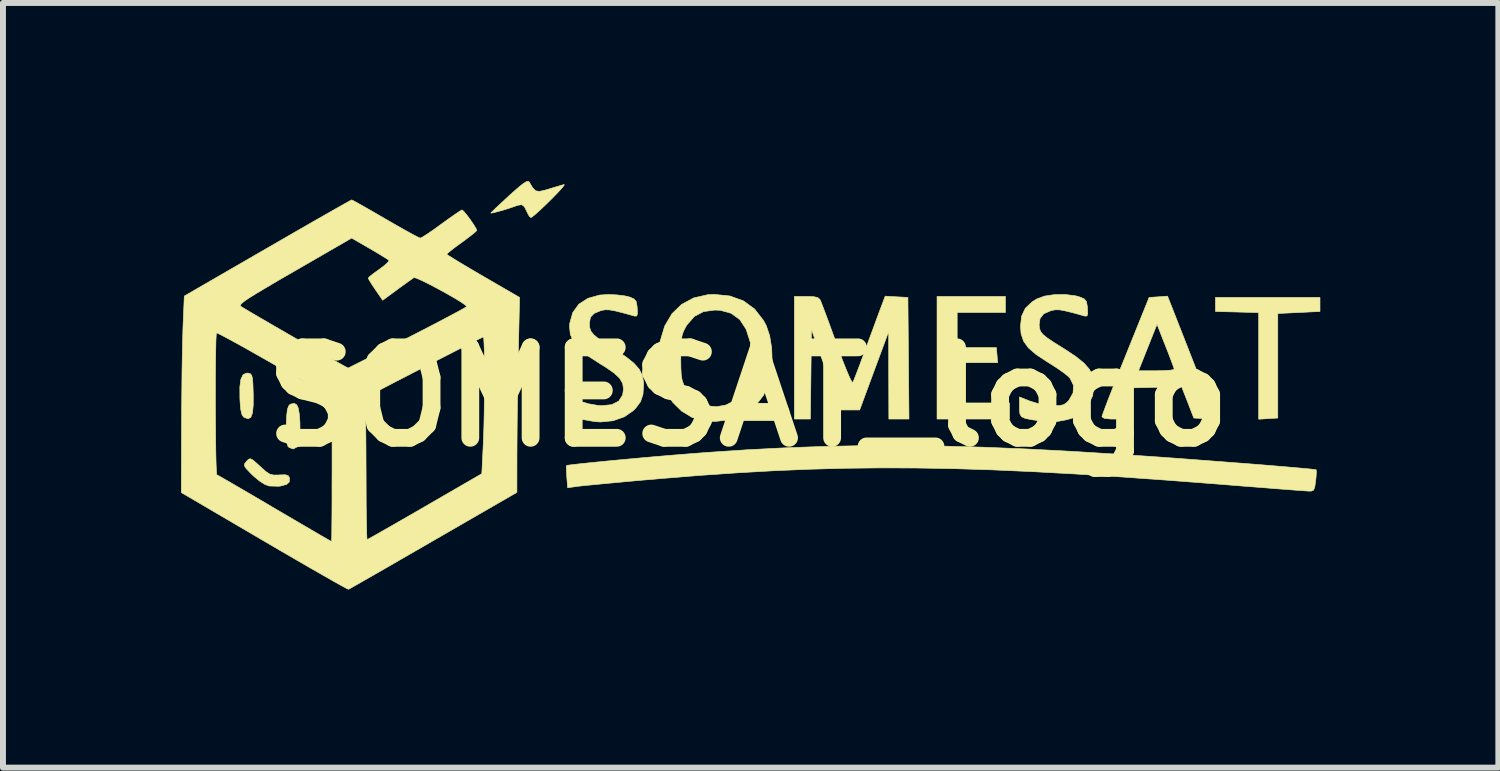
<source format=kicad_pcb>
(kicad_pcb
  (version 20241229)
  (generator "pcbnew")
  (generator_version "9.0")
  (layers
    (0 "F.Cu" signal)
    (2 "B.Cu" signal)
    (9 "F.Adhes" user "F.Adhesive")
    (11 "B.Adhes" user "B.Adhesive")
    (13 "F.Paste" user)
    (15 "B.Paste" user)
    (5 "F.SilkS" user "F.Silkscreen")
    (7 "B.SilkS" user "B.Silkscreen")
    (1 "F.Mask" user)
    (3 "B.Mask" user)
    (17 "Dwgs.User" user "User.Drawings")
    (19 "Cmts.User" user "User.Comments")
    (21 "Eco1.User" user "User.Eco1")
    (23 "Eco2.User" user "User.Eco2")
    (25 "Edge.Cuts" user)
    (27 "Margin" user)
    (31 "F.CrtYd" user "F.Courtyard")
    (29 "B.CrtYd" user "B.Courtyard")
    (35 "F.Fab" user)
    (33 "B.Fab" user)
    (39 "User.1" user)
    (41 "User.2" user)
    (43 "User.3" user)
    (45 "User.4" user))
  (footprint "SOMESAT_logo"
    (layer "F.Cu")
    (at 9.555 3.637)
    (property "Reference" "SOMESAT_logo" (at 0 0 0) (layer "F.SilkS") (effects (font (size 1.524 1.524) (thickness 0.3))))
    (attr through_hole)
    (fp_poly (pts (xy 9.635 -1.439) (xy 8.924 -1.405) (xy 8.924 0.356) (xy 8.763 0.366) (xy 8.602 0.376) (xy 8.602 -1.42) (xy 8.238 -1.43) (xy 7.874 -1.439) (xy 7.874 -1.676) (xy 9.635 -1.676) (xy 9.635 -1.439)) (stroke (width 0.01) (type solid)) (fill yes) (layer "F.SilkS"))
    (fp_poly (pts (xy 4.335 -1.422) (xy 3.522 -1.422) (xy 3.522 -1.126) (xy 3.522 -0.83) (xy 4.183 -0.83) (xy 4.204 -0.576) (xy 3.527 -0.576) (xy 3.505 0.102) (xy 3.954 0.102) (xy 4.403 0.102) (xy 4.403 0.373) (xy 3.183 0.373) (xy 3.183 -1.693) (xy 4.335 -1.693) (xy 4.335 -1.422)) (stroke (width 0.01) (type solid)) (fill yes) (layer "F.SilkS"))
    (fp_poly (pts (xy -7.606 0.133) (xy -7.58 0.188) (xy -7.562 0.291) (xy -7.552 0.422) (xy -7.55 0.562) (xy -7.556 0.692) (xy -7.572 0.792) (xy -7.593 0.84) (xy -7.666 0.878) (xy -7.737 0.85) (xy -7.753 0.833) (xy -7.773 0.77) (xy -7.783 0.645) (xy -7.782 0.473) (xy -7.775 0.316) (xy -7.763 0.214) (xy -7.743 0.154) (xy -7.716 0.124) (xy -7.649 0.109) (xy -7.606 0.133)) (stroke (width 0.01) (type solid)) (fill yes) (layer "F.SilkS"))
    (fp_poly (pts (xy -8.422 -0.4) (xy -8.388 -0.391) (xy -8.366 -0.366) (xy -8.352 -0.314) (xy -8.344 -0.22) (xy -8.339 -0.073) (xy -8.338 -0.056) (xy -8.338 0.138) (xy -8.351 0.27) (xy -8.379 0.345) (xy -8.425 0.369) (xy -8.49 0.346) (xy -8.501 0.339) (xy -8.529 0.298) (xy -8.549 0.212) (xy -8.561 0.07) (xy -8.563 0.022) (xy -8.564 -0.168) (xy -8.546 -0.299) (xy -8.509 -0.375) (xy -8.449 -0.401) (xy -8.422 -0.4)) (stroke (width 0.01) (type solid)) (fill yes) (layer "F.SilkS"))
    (fp_poly (pts (xy -8.34 1.066) (xy -8.269 1.129) (xy -8.223 1.171) (xy -8.13 1.255) (xy -8.062 1.3) (xy -7.996 1.317) (xy -7.909 1.316) (xy -7.899 1.315) (xy -7.8 1.312) (xy -7.749 1.327) (xy -7.728 1.364) (xy -7.728 1.367) (xy -7.73 1.432) (xy -7.775 1.474) (xy -7.873 1.501) (xy -7.908 1.506) (xy -8.072 1.501) (xy -8.148 1.472) (xy -8.234 1.416) (xy -8.334 1.333) (xy -8.383 1.286) (xy -8.456 1.209) (xy -8.487 1.161) (xy -8.483 1.125) (xy -8.451 1.085) (xy -8.416 1.05) (xy -8.384 1.042) (xy -8.34 1.066)) (stroke (width 0.01) (type solid)) (fill yes) (layer "F.SilkS"))
    (fp_poly (pts (xy -3.69 -3.622) (xy -3.63 -3.523) (xy -3.58 -3.472) (xy -3.517 -3.462) (xy -3.421 -3.483) (xy -3.365 -3.5) (xy -3.247 -3.536) (xy -3.147 -3.565) (xy -3.099 -3.579) (xy -3.102 -3.563) (xy -3.144 -3.511) (xy -3.215 -3.434) (xy -3.305 -3.342) (xy -3.402 -3.246) (xy -3.498 -3.155) (xy -3.58 -3.081) (xy -3.639 -3.033) (xy -3.658 -3.021) (xy -3.686 -3.042) (xy -3.721 -3.106) (xy -3.725 -3.115) (xy -3.769 -3.204) (xy -3.814 -3.238) (xy -3.879 -3.229) (xy -3.903 -3.221) (xy -3.993 -3.189) (xy -4.1 -3.155) (xy -4.205 -3.125) (xy -4.289 -3.103) (xy -4.332 -3.096) (xy -4.335 -3.097) (xy -4.311 -3.123) (xy -4.247 -3.185) (xy -4.152 -3.274) (xy -4.035 -3.382) (xy -4.027 -3.39) (xy -3.892 -3.51) (xy -3.797 -3.588) (xy -3.736 -3.627) (xy -3.701 -3.632) (xy -3.69 -3.622)) (stroke (width 0.01) (type solid)) (fill yes) (layer "F.SilkS"))
    (fp_poly (pts (xy 2.501 -1.686) (xy 2.692 -1.676) (xy 2.701 -0.652) (xy 2.71 0.373) (xy 2.371 0.373) (xy 2.369 -0.364) (xy 2.368 -1.101) (xy 2.123 -0.44) (xy 1.879 0.22) (xy 1.55 0.22) (xy 1.309 -0.457) (xy 1.067 -1.135) (xy 1.049 0.373) (xy 0.779 0.373) (xy 0.779 -1.693) (xy 0.981 -1.693) (xy 1.103 -1.689) (xy 1.175 -1.672) (xy 1.212 -1.638) (xy 1.214 -1.634) (xy 1.234 -1.586) (xy 1.273 -1.484) (xy 1.328 -1.338) (xy 1.393 -1.16) (xy 1.466 -0.959) (xy 1.492 -0.887) (xy 1.578 -0.65) (xy 1.651 -0.465) (xy 1.707 -0.333) (xy 1.745 -0.258) (xy 1.765 -0.245) (xy 1.785 -0.291) (xy 1.823 -0.389) (xy 1.876 -0.527) (xy 1.937 -0.693) (xy 1.976 -0.797) (xy 2.046 -0.989) (xy 2.115 -1.175) (xy 2.175 -1.339) (xy 2.221 -1.463) (xy 2.235 -1.5) (xy 2.309 -1.697) (xy 2.501 -1.686)) (stroke (width 0.01) (type solid)) (fill yes) (layer "F.SilkS"))
    (fp_poly (pts (xy 7.463 -0.687) (xy 7.559 -0.441) (xy 7.647 -0.215) (xy 7.723 -0.016) (xy 7.785 0.147) (xy 7.829 0.267) (xy 7.854 0.336) (xy 7.858 0.349) (xy 7.827 0.362) (xy 7.749 0.368) (xy 7.683 0.366) (xy 7.509 0.356) (xy 7.407 0.092) (xy 7.304 -0.171) (xy 6.46 -0.152) (xy 6.357 0.11) (xy 6.255 0.373) (xy 6.108 0.373) (xy 6.005 0.363) (xy 5.963 0.337) (xy 5.962 0.33) (xy 5.975 0.289) (xy 6.01 0.194) (xy 6.064 0.051) (xy 6.135 -0.13) (xy 6.219 -0.342) (xy 6.258 -0.44) (xy 6.577 -0.44) (xy 6.878 -0.44) (xy 7.011 -0.443) (xy 7.114 -0.45) (xy 7.172 -0.46) (xy 7.179 -0.466) (xy 7.167 -0.506) (xy 7.134 -0.595) (xy 7.087 -0.72) (xy 7.033 -0.857) (xy 6.889 -1.223) (xy 6.733 -0.832) (xy 6.577 -0.44) (xy 6.258 -0.44) (xy 6.313 -0.578) (xy 6.36 -0.694) (xy 6.756 -1.676) (xy 6.912 -1.686) (xy 7.067 -1.697) (xy 7.463 -0.687)) (stroke (width 0.01) (type solid)) (fill yes) (layer "F.SilkS"))
    (fp_poly (pts (xy -0.307 -1.7) (xy -0.079 -1.618) (xy 0.109 -1.48) (xy 0.259 -1.287) (xy 0.306 -1.2) (xy 0.363 -1.03) (xy 0.397 -0.82) (xy 0.405 -0.596) (xy 0.386 -0.383) (xy 0.36 -0.265) (xy 0.26 -0.028) (xy 0.114 0.161) (xy -0.074 0.299) (xy -0.299 0.385) (xy -0.557 0.414) (xy -0.735 0.403) (xy -0.939 0.349) (xy -1.121 0.239) (xy -1.268 0.094) (xy -1.394 -0.096) (xy -1.472 -0.319) (xy -1.505 -0.585) (xy -1.506 -0.66) (xy -1.135 -0.66) (xy -1.133 -0.49) (xy -1.127 -0.37) (xy -1.112 -0.282) (xy -1.087 -0.209) (xy -1.05 -0.135) (xy -0.942 0.006) (xy -0.814 0.093) (xy -0.668 0.152) (xy -0.534 0.166) (xy -0.379 0.138) (xy -0.371 0.135) (xy -0.224 0.061) (xy -0.104 -0.066) (xy -0.013 -0.237) (xy 0.044 -0.44) (xy 0.063 -0.665) (xy 0.04 -0.901) (xy 0.036 -0.921) (xy -0.034 -1.14) (xy -0.141 -1.303) (xy -0.287 -1.409) (xy -0.47 -1.459) (xy -0.561 -1.463) (xy -0.752 -1.437) (xy -0.904 -1.357) (xy -1.026 -1.219) (xy -1.051 -1.179) (xy -1.089 -1.106) (xy -1.113 -1.035) (xy -1.127 -0.948) (xy -1.133 -0.828) (xy -1.135 -0.66) (xy -1.506 -0.66) (xy -1.48 -0.947) (xy -1.405 -1.195) (xy -1.283 -1.401) (xy -1.119 -1.56) (xy -0.916 -1.668) (xy -0.679 -1.722) (xy -0.573 -1.727) (xy -0.307 -1.7)) (stroke (width 0.01) (type solid)) (fill yes) (layer "F.SilkS"))
    (fp_poly (pts (xy -2.208 -1.718) (xy -2.078 -1.702) (xy -1.998 -1.683) (xy -1.923 -1.651) (xy -1.886 -1.606) (xy -1.871 -1.524) (xy -1.869 -1.494) (xy -1.865 -1.403) (xy -1.876 -1.364) (xy -1.911 -1.361) (xy -1.937 -1.368) (xy -2.117 -1.418) (xy -2.246 -1.45) (xy -2.337 -1.466) (xy -2.404 -1.468) (xy -2.461 -1.459) (xy -2.475 -1.456) (xy -2.593 -1.408) (xy -2.656 -1.343) (xy -2.675 -1.246) (xy -2.675 -1.238) (xy -2.67 -1.168) (xy -2.649 -1.107) (xy -2.602 -1.048) (xy -2.522 -0.981) (xy -2.399 -0.896) (xy -2.253 -0.804) (xy -2.062 -0.677) (xy -1.925 -0.568) (xy -1.835 -0.466) (xy -1.783 -0.362) (xy -1.762 -0.247) (xy -1.761 -0.2) (xy -1.772 -0.042) (xy -1.812 0.079) (xy -1.893 0.188) (xy -1.932 0.229) (xy -2.085 0.335) (xy -2.276 0.402) (xy -2.485 0.423) (xy -2.574 0.417) (xy -2.656 0.404) (xy -2.772 0.383) (xy -2.836 0.37) (xy -3.014 0.334) (xy -3.014 0.001) (xy -2.836 0.072) (xy -2.691 0.116) (xy -2.53 0.144) (xy -2.467 0.148) (xy -2.297 0.131) (xy -2.18 0.071) (xy -2.114 -0.032) (xy -2.1 -0.135) (xy -2.114 -0.227) (xy -2.164 -0.313) (xy -2.257 -0.401) (xy -2.401 -0.501) (xy -2.472 -0.544) (xy -2.686 -0.682) (xy -2.84 -0.808) (xy -2.942 -0.929) (xy -2.996 -1.053) (xy -3.009 -1.189) (xy -3.006 -1.238) (xy -2.955 -1.42) (xy -2.852 -1.562) (xy -2.699 -1.661) (xy -2.501 -1.716) (xy -2.347 -1.725) (xy -2.208 -1.718)) (stroke (width 0.01) (type solid)) (fill yes) (layer "F.SilkS"))
    (fp_poly (pts (xy 3.242 0.828) (xy 3.943 0.847) (xy 4.679 0.877) (xy 5.46 0.918) (xy 6.292 0.97) (xy 6.977 1.017) (xy 7.357 1.045) (xy 7.727 1.073) (xy 8.079 1.1) (xy 8.409 1.125) (xy 8.709 1.149) (xy 8.974 1.171) (xy 9.197 1.19) (xy 9.374 1.206) (xy 9.498 1.218) (xy 9.563 1.227) (xy 9.571 1.229) (xy 9.574 1.266) (xy 9.569 1.349) (xy 9.562 1.416) (xy 9.547 1.518) (xy 9.528 1.57) (xy 9.49 1.587) (xy 9.436 1.587) (xy 9.38 1.583) (xy 9.264 1.575) (xy 9.096 1.562) (xy 8.884 1.546) (xy 8.636 1.526) (xy 8.36 1.505) (xy 8.063 1.481) (xy 7.953 1.472) (xy 7.077 1.405) (xy 6.262 1.347) (xy 5.499 1.298) (xy 4.781 1.259) (xy 4.103 1.229) (xy 3.455 1.209) (xy 2.832 1.198) (xy 2.225 1.196) (xy 1.628 1.203) (xy 1.034 1.219) (xy 0.436 1.244) (xy -0.174 1.279) (xy -0.803 1.322) (xy -1.457 1.375) (xy -1.829 1.407) (xy -2.081 1.43) (xy -2.317 1.452) (xy -2.528 1.472) (xy -2.702 1.489) (xy -2.83 1.502) (xy -2.901 1.511) (xy -2.901 1.511) (xy -3.041 1.531) (xy -3.055 1.35) (xy -3.061 1.247) (xy -3.063 1.176) (xy -3.061 1.157) (xy -3.026 1.15) (xy -2.931 1.138) (xy -2.786 1.122) (xy -2.599 1.103) (xy -2.379 1.081) (xy -2.134 1.058) (xy -1.873 1.034) (xy -1.604 1.01) (xy -1.336 0.987) (xy -1.077 0.966) (xy -0.836 0.947) (xy -0.677 0.935) (xy -0.017 0.891) (xy 0.63 0.858) (xy 1.271 0.835) (xy 1.915 0.822) (xy 2.569 0.82) (xy 3.242 0.828)) (stroke (width 0.01) (type solid)) (fill yes) (layer "F.SilkS"))
    (fp_poly (pts (xy 5.517 -1.703) (xy 5.588 -1.683) (xy 5.663 -1.651) (xy 5.7 -1.606) (xy 5.715 -1.524) (xy 5.717 -1.494) (xy 5.721 -1.403) (xy 5.71 -1.364) (xy 5.675 -1.361) (xy 5.649 -1.368) (xy 5.471 -1.418) (xy 5.343 -1.449) (xy 5.252 -1.466) (xy 5.184 -1.468) (xy 5.125 -1.459) (xy 5.102 -1.453) (xy 4.981 -1.401) (xy 4.918 -1.32) (xy 4.903 -1.216) (xy 4.909 -1.154) (xy 4.927 -1.103) (xy 4.967 -1.052) (xy 5.038 -0.994) (xy 5.148 -0.92) (xy 5.308 -0.82) (xy 5.32 -0.813) (xy 5.516 -0.684) (xy 5.657 -0.571) (xy 5.751 -0.464) (xy 5.804 -0.354) (xy 5.824 -0.231) (xy 5.825 -0.194) (xy 5.805 -0.021) (xy 5.737 0.124) (xy 5.613 0.26) (xy 5.607 0.264) (xy 5.537 0.319) (xy 5.462 0.358) (xy 5.362 0.386) (xy 5.221 0.412) (xy 5.165 0.42) (xy 5.093 0.421) (xy 4.985 0.413) (xy 4.919 0.405) (xy 4.764 0.382) (xy 4.664 0.361) (xy 4.606 0.333) (xy 4.58 0.29) (xy 4.572 0.225) (xy 4.572 0.169) (xy 4.572 0.001) (xy 4.75 0.072) (xy 4.903 0.118) (xy 5.071 0.145) (xy 5.125 0.148) (xy 5.242 0.147) (xy 5.315 0.132) (xy 5.369 0.095) (xy 5.405 0.057) (xy 5.475 -0.067) (xy 5.482 -0.194) (xy 5.425 -0.312) (xy 5.393 -0.346) (xy 5.321 -0.404) (xy 5.21 -0.482) (xy 5.081 -0.565) (xy 5.037 -0.592) (xy 4.852 -0.714) (xy 4.722 -0.826) (xy 4.641 -0.939) (xy 4.599 -1.063) (xy 4.589 -1.189) (xy 4.608 -1.361) (xy 4.67 -1.493) (xy 4.786 -1.602) (xy 4.863 -1.65) (xy 4.993 -1.698) (xy 5.161 -1.723) (xy 5.345 -1.725) (xy 5.517 -1.703)) (stroke (width 0.01) (type solid)) (fill yes) (layer "F.SilkS"))
    (fp_poly (pts (xy -6.646 -3.303) (xy -6.563 -3.257) (xy -6.441 -3.188) (xy -6.289 -3.101) (xy -6.116 -3) (xy -6.11 -2.997) (xy -5.935 -2.896) (xy -5.779 -2.808) (xy -5.652 -2.738) (xy -5.563 -2.692) (xy -5.523 -2.675) (xy -5.523 -2.675) (xy -5.483 -2.695) (xy -5.401 -2.747) (xy -5.289 -2.824) (xy -5.167 -2.913) (xy -5.039 -3.005) (xy -4.931 -3.081) (xy -4.854 -3.132) (xy -4.82 -3.15) (xy -4.789 -3.124) (xy -4.736 -3.06) (xy -4.675 -2.977) (xy -4.618 -2.893) (xy -4.58 -2.828) (xy -4.572 -2.805) (xy -4.598 -2.777) (xy -4.667 -2.721) (xy -4.767 -2.645) (xy -4.825 -2.603) (xy -4.936 -2.522) (xy -5.022 -2.455) (xy -5.072 -2.413) (xy -5.079 -2.405) (xy -5.051 -2.383) (xy -4.972 -2.334) (xy -4.853 -2.261) (xy -4.7 -2.17) (xy -4.523 -2.066) (xy -4.465 -2.032) (xy -3.851 -1.676) (xy -3.873 -0.694) (xy -3.879 -0.399) (xy -3.884 -0.085) (xy -3.889 0.229) (xy -3.892 0.524) (xy -3.894 0.784) (xy -3.895 0.948) (xy -3.896 1.609) (xy -5.303 2.421) (xy -5.585 2.584) (xy -5.849 2.736) (xy -6.089 2.875) (xy -6.3 2.996) (xy -6.475 3.096) (xy -6.61 3.173) (xy -6.698 3.223) (xy -6.733 3.242) (xy -6.733 3.242) (xy -6.766 3.227) (xy -6.852 3.181) (xy -6.984 3.107) (xy -7.157 3.008) (xy -7.366 2.889) (xy -7.604 2.751) (xy -7.866 2.599) (xy -8.146 2.435) (xy -8.153 2.431) (xy -9.55 1.612) (xy -9.546 0.459) (xy -9.544 0.158) (xy -9.543 0.073) (xy -8.976 0.073) (xy -8.975 0.319) (xy -8.973 0.558) (xy -8.971 0.779) (xy -8.968 0.974) (xy -8.964 1.133) (xy -8.959 1.247) (xy -8.954 1.306) (xy -8.952 1.312) (xy -8.917 1.331) (xy -8.831 1.38) (xy -8.7 1.456) (xy -8.533 1.553) (xy -8.336 1.668) (xy -8.116 1.797) (xy -7.976 1.88) (xy -7.747 2.014) (xy -7.537 2.137) (xy -7.354 2.244) (xy -7.204 2.332) (xy -7.094 2.395) (xy -7.031 2.431) (xy -7.019 2.438) (xy -7.017 2.405) (xy -7.015 2.313) (xy -7.014 2.167) (xy -7.012 1.977) (xy -7.011 1.75) (xy -7.011 1.492) (xy -7.01 1.227) (xy -7.01 0.097) (xy -6.45 0.097) (xy -6.449 0.106) (xy -6.447 0.159) (xy -6.445 0.27) (xy -6.443 0.432) (xy -6.441 0.635) (xy -6.439 0.872) (xy -6.438 1.132) (xy -6.437 1.295) (xy -6.436 1.562) (xy -6.435 1.805) (xy -6.432 2.018) (xy -6.429 2.191) (xy -6.426 2.318) (xy -6.422 2.391) (xy -6.42 2.405) (xy -6.388 2.388) (xy -6.305 2.342) (xy -6.177 2.269) (xy -6.012 2.175) (xy -5.816 2.062) (xy -5.596 1.936) (xy -5.446 1.849) (xy -4.487 1.294) (xy -4.467 0.893) (xy -4.459 0.712) (xy -4.452 0.504) (xy -4.447 0.279) (xy -4.444 0.045) (xy -4.442 -0.187) (xy -4.442 -0.408) (xy -4.443 -0.608) (xy -4.445 -0.778) (xy -4.45 -0.908) (xy -4.455 -0.988) (xy -4.462 -1.01) (xy -4.517 -0.984) (xy -4.622 -0.931) (xy -4.767 -0.858) (xy -4.943 -0.768) (xy -5.14 -0.667) (xy -5.35 -0.56) (xy -5.561 -0.451) (xy -5.766 -0.345) (xy -5.955 -0.248) (xy -6.117 -0.163) (xy -6.245 -0.096) (xy -6.327 -0.052) (xy -6.353 -0.038) (xy -6.429 0.026) (xy -6.45 0.097) (xy -7.01 0.097) (xy -7.01 0.015) (xy -7.976 -0.54) (xy -8.208 -0.672) (xy -8.421 -0.793) (xy -8.608 -0.897) (xy -8.762 -0.981) (xy -8.875 -1.041) (xy -8.942 -1.074) (xy -8.957 -1.079) (xy -8.962 -1.041) (xy -8.967 -0.945) (xy -8.97 -0.801) (xy -8.973 -0.618) (xy -8.975 -0.405) (xy -8.976 -0.171) (xy -8.976 0.073) (xy -9.543 0.073) (xy -9.541 -0.146) (xy -9.538 -0.44) (xy -9.533 -0.712) (xy -9.528 -0.947) (xy -9.523 -1.133) (xy -9.521 -1.196) (xy -9.506 -1.548) (xy -8.555 -1.548) (xy -8.553 -1.53) (xy -8.546 -1.524) (xy -8.459 -1.471) (xy -8.332 -1.396) (xy -8.174 -1.304) (xy -7.992 -1.198) (xy -7.796 -1.085) (xy -7.595 -0.969) (xy -7.396 -0.855) (xy -7.209 -0.748) (xy -7.041 -0.653) (xy -6.903 -0.575) (xy -6.802 -0.519) (xy -6.746 -0.489) (xy -6.739 -0.486) (xy -6.706 -0.502) (xy -6.619 -0.546) (xy -6.487 -0.612) (xy -6.316 -0.699) (xy -6.114 -0.802) (xy -5.887 -0.918) (xy -5.731 -0.997) (xy -5.494 -1.119) (xy -5.276 -1.232) (xy -5.087 -1.331) (xy -4.932 -1.414) (xy -4.818 -1.476) (xy -4.754 -1.513) (xy -4.741 -1.523) (xy -4.77 -1.551) (xy -4.845 -1.603) (xy -4.956 -1.67) (xy -5.089 -1.746) (xy -5.231 -1.824) (xy -5.368 -1.896) (xy -5.489 -1.956) (xy -5.58 -1.997) (xy -5.628 -2.011) (xy -5.631 -2.01) (xy -5.676 -1.979) (xy -5.76 -1.919) (xy -5.868 -1.841) (xy -5.915 -1.806) (xy -6.157 -1.628) (xy -6.279 -1.805) (xy -6.342 -1.899) (xy -6.386 -1.971) (xy -6.401 -2.001) (xy -6.375 -2.029) (xy -6.308 -2.082) (xy -6.213 -2.15) (xy -6.123 -2.218) (xy -6.065 -2.273) (xy -6.052 -2.303) (xy -6.052 -2.303) (xy -6.091 -2.329) (xy -6.175 -2.381) (xy -6.29 -2.45) (xy -6.379 -2.502) (xy -6.68 -2.676) (xy -7.644 -2.119) (xy -7.909 -1.966) (xy -8.121 -1.841) (xy -8.284 -1.744) (xy -8.404 -1.669) (xy -8.486 -1.614) (xy -8.534 -1.574) (xy -8.555 -1.548) (xy -9.506 -1.548) (xy -9.5 -1.699) (xy -8.099 -2.509) (xy -7.818 -2.671) (xy -7.555 -2.823) (xy -7.316 -2.96) (xy -7.106 -3.08) (xy -6.932 -3.179) (xy -6.799 -3.254) (xy -6.713 -3.302) (xy -6.68 -3.319) (xy -6.68 -3.319) (xy -6.646 -3.303)) (stroke (width 0.01) (type solid)) (fill yes) (layer "F.SilkS")))
  (gr_rect
    (start -3 -3)
    (end 22.195 9.884)
    (stroke (width 0.1) (type default))
    (fill no)
    (layer "Edge.Cuts")))
</source>
